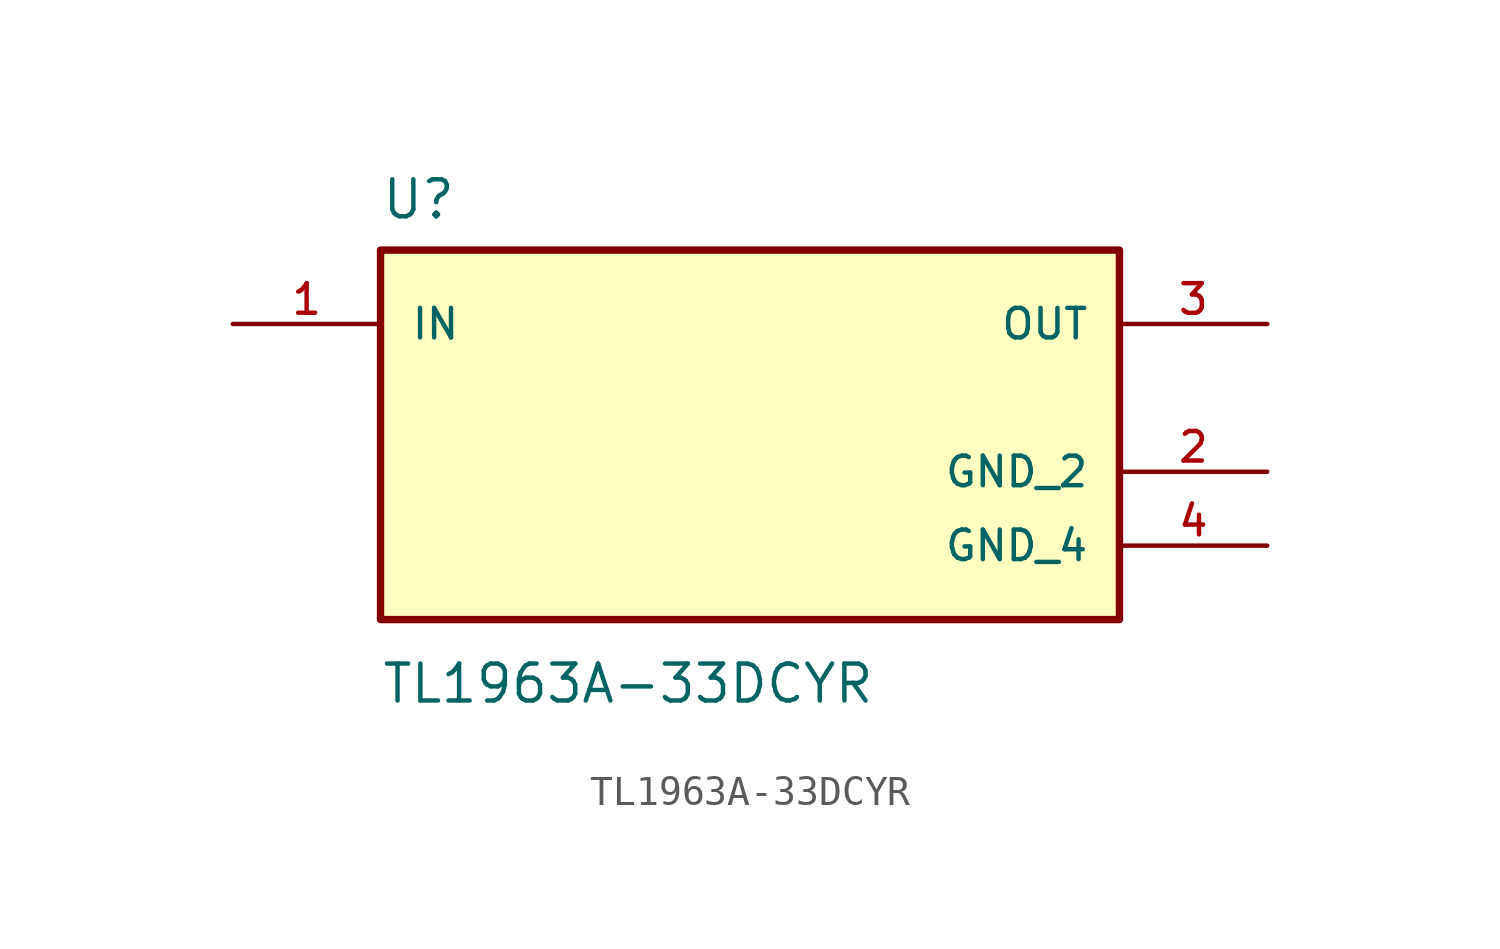
<source format=kicad_sym>
(kicad_symbol_lib
  (version 20211014)
  (generator kicad_symbol_editor)
  (symbol "TL1963A-33DCYR"
    (pin_names
      (offset 1.016))
    (property "Reference" "U"
      (at -12.7 6.08 0.0)
      (effects (font (size 1.27 1.27)) (justify bottom left)))
    (property "Value" "TL1963A-33DCYR"
      (at -12.7 -9.08 0.0)
      (effects (font (size 1.27 1.27)) (justify top left)))
    (symbol "TL1963A-33DCYR_0_0"
      (rectangle (start -12.7 -7.62) (end 12.7 5.08) (stroke (width 0.254)) (fill (type background)))
      (pin input line (at -17.78 2.54 0) (length 5.08) (name "IN" (effects (font (size 1.016 1.016)))) (number "1" (effects (font (size 1.016 1.016)))))
      (pin output line (at 17.78 2.54 180.0) (length 5.08) (name "OUT" (effects (font (size 1.016 1.016)))) (number "3" (effects (font (size 1.016 1.016)))))
      (pin power_in line (at 17.78 -2.54 180.0) (length 5.08) (name "GND_2" (effects (font (size 1.016 1.016)))) (number "2" (effects (font (size 1.016 1.016)))))
      (pin power_in line (at 17.78 -5.08 180.0) (length 5.08) (name "GND_4" (effects (font (size 1.016 1.016)))) (number "4" (effects (font (size 1.016 1.016))))))))
</source>
